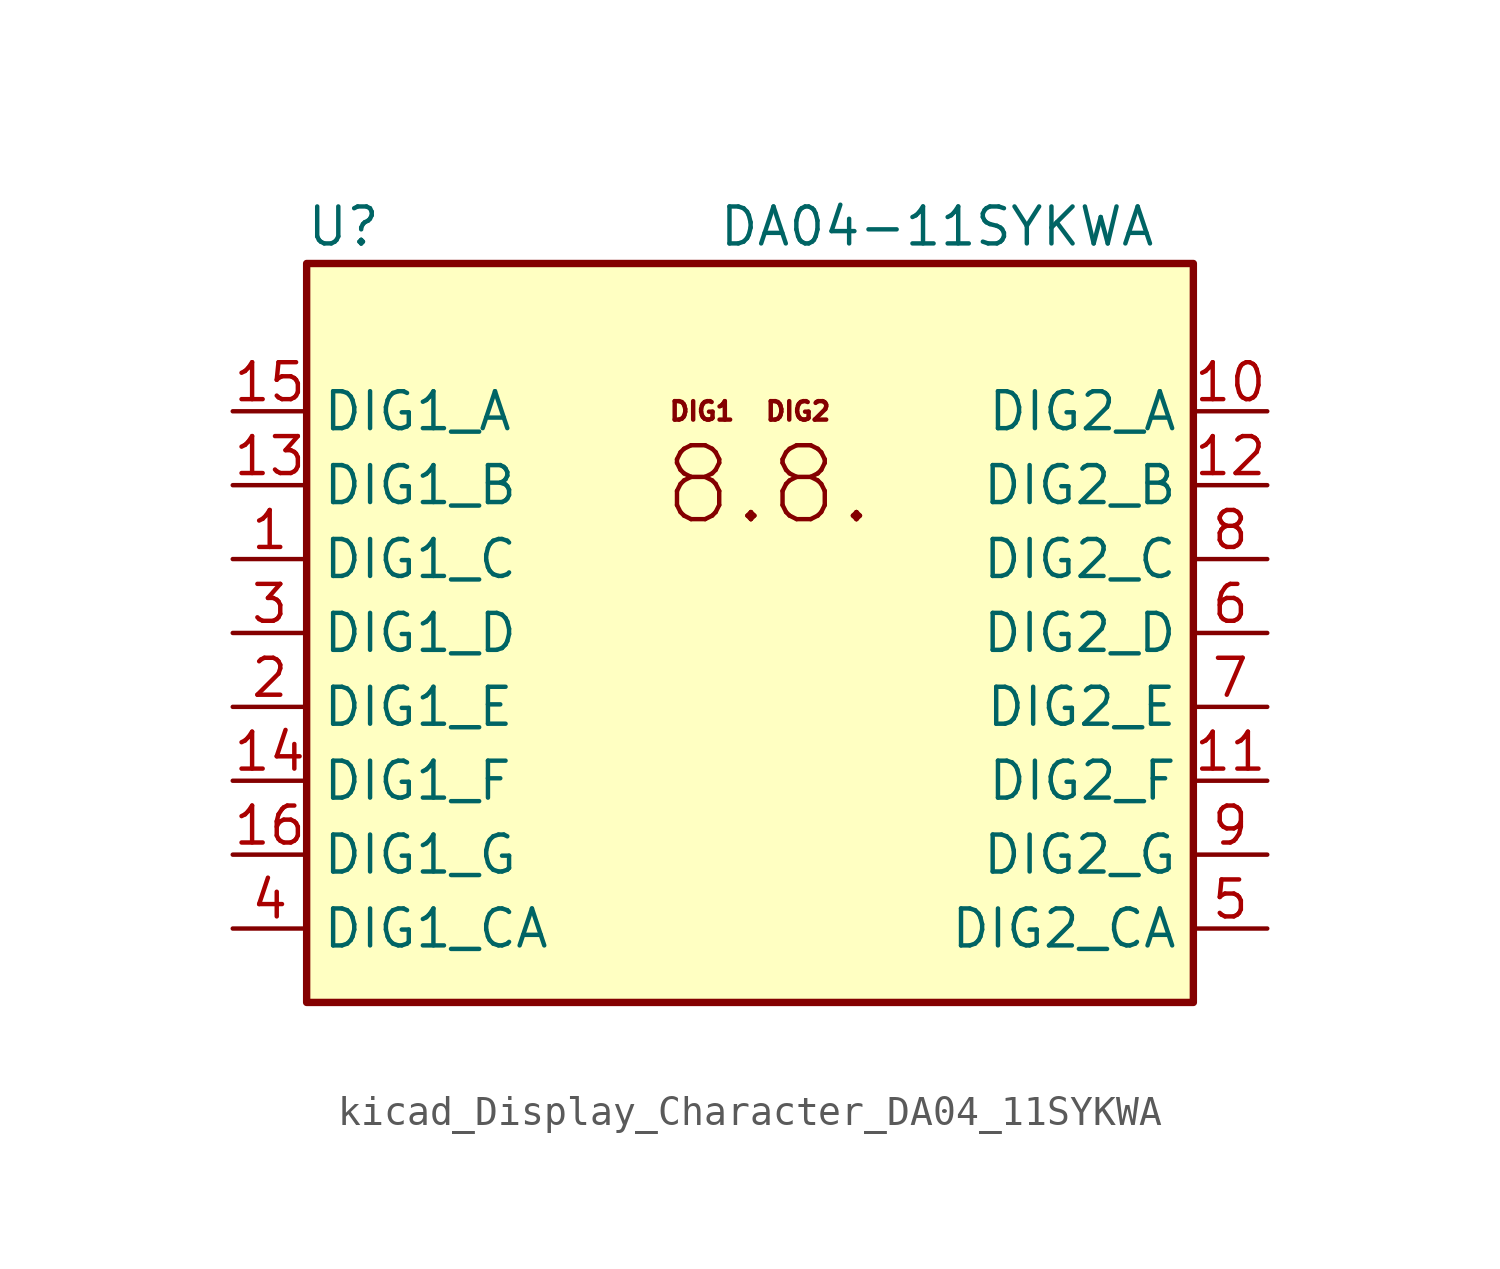
<source format=kicad_sym>
(kicad_symbol_lib
  (version 20220914)
  (generator kicad_symbol_editor)
  (symbol "kicad_Display_Character_DA04_11SYKWA"
    (property "Reference" "U"
      (at -13.97 13.97 0)
      (effects (font (size 1.27 1.27))))
    (property "Value" "DA04-11SYKWA"
      (at 13.97 13.97 0)
      (effects (font (size 1.27 1.27)) (justify right)))
    (symbol "kicad_Display_Character_DA04_11SYKWA_0_0"
      (text "8.8." (at 0.635 5.08 0) (effects (font (size 2.54 2.54))))
      (text "DIG1" (at -1.651 7.62 0) (effects (font (size 0.635 0.635))))
      (text "DIG2" (at 1.651 7.62 0) (effects (font (size 0.635 0.635)))))
    (symbol "kicad_Display_Character_DA04_11SYKWA_0_1"
      (rectangle (start -15.24 12.7) (end 15.24 -12.7) (stroke (width 0.254) (type default)) (fill (type background))))
    (symbol "kicad_Display_Character_DA04_11SYKWA_1_1"
      (pin input line (at -17.78 2.54 0) (length 2.54) (name "DIG1_C" (effects (font (size 1.27 1.27)))) (number "1" (effects (font (size 1.27 1.27)))))
      (pin input line (at 17.78 7.62 180) (length 2.54) (name "DIG2_A" (effects (font (size 1.27 1.27)))) (number "10" (effects (font (size 1.27 1.27)))))
      (pin input line (at 17.78 -5.08 180) (length 2.54) (name "DIG2_F" (effects (font (size 1.27 1.27)))) (number "11" (effects (font (size 1.27 1.27)))))
      (pin input line (at 17.78 5.08 180) (length 2.54) (name "DIG2_B" (effects (font (size 1.27 1.27)))) (number "12" (effects (font (size 1.27 1.27)))))
      (pin input line (at -17.78 5.08 0) (length 2.54) (name "DIG1_B" (effects (font (size 1.27 1.27)))) (number "13" (effects (font (size 1.27 1.27)))))
      (pin input line (at -17.78 -5.08 0) (length 2.54) (name "DIG1_F" (effects (font (size 1.27 1.27)))) (number "14" (effects (font (size 1.27 1.27)))))
      (pin input line (at -17.78 7.62 0) (length 2.54) (name "DIG1_A" (effects (font (size 1.27 1.27)))) (number "15" (effects (font (size 1.27 1.27)))))
      (pin input line (at -17.78 -7.62 0) (length 2.54) (name "DIG1_G" (effects (font (size 1.27 1.27)))) (number "16" (effects (font (size 1.27 1.27)))))
      (pin input line (at -17.78 -2.54 0) (length 2.54) (name "DIG1_E" (effects (font (size 1.27 1.27)))) (number "2" (effects (font (size 1.27 1.27)))))
      (pin input line (at -17.78 0 0) (length 2.54) (name "DIG1_D" (effects (font (size 1.27 1.27)))) (number "3" (effects (font (size 1.27 1.27)))))
      (pin input line (at -17.78 -10.16 0) (length 2.54) (name "DIG1_CA" (effects (font (size 1.27 1.27)))) (number "4" (effects (font (size 1.27 1.27)))))
      (pin input line (at 17.78 -10.16 180) (length 2.54) (name "DIG2_CA" (effects (font (size 1.27 1.27)))) (number "5" (effects (font (size 1.27 1.27)))))
      (pin input line (at 17.78 0 180) (length 2.54) (name "DIG2_D" (effects (font (size 1.27 1.27)))) (number "6" (effects (font (size 1.27 1.27)))))
      (pin input line (at 17.78 -2.54 180) (length 2.54) (name "DIG2_E" (effects (font (size 1.27 1.27)))) (number "7" (effects (font (size 1.27 1.27)))))
      (pin input line (at 17.78 2.54 180) (length 2.54) (name "DIG2_C" (effects (font (size 1.27 1.27)))) (number "8" (effects (font (size 1.27 1.27)))))
      (pin input line (at 17.78 -7.62 180) (length 2.54) (name "DIG2_G" (effects (font (size 1.27 1.27)))) (number "9" (effects (font (size 1.27 1.27))))))))
</source>
